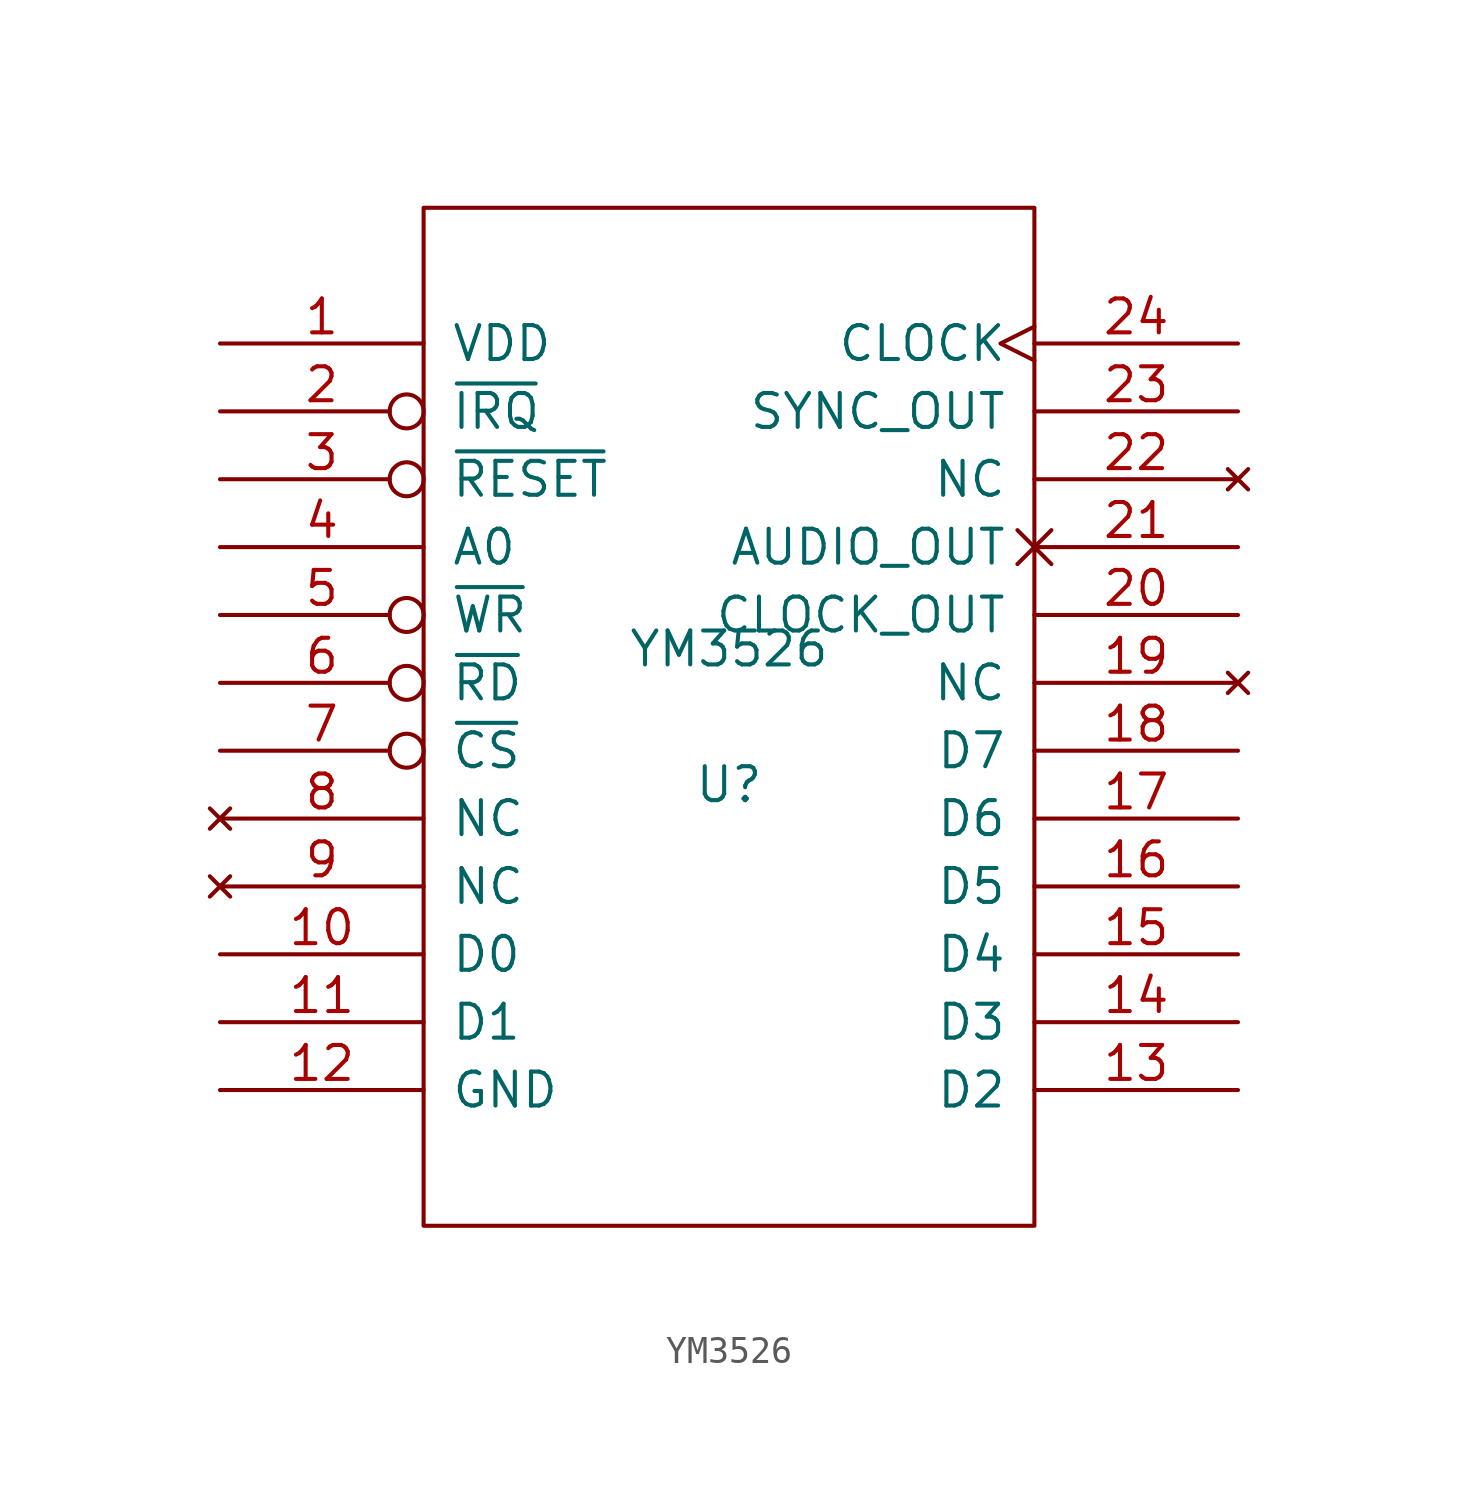
<source format=kicad_sym>
(kicad_symbol_lib
  (version 20231120)
  (generator "kicad_symbol_editor")
  (generator_version "8.0")
  (symbol "YM3526"
    (pin_names
      (offset 1.016))
    (property "Reference" "U"
      (at 0 -2.54 0)
      (effects (font (size 1.27 1.27))))
    (property "Value" "YM3526"
      (at 0 2.54 0)
      (effects (font (size 1.27 1.27))))
    (symbol "YM3526_1_0"
      (rectangle (start -11.43 -19.05) (end 11.43 19.05) (stroke (width 0) (type solid)) (fill (type none))))
    (symbol "YM3526_1_1"
      (pin power_in line (at -19.05 13.97 0) (length 7.62) (name "VDD" (effects (font (size 1.27 1.27)))) (number "1" (effects (font (size 1.27 1.27)))))
      (pin tri_state line (at -19.05 -8.89 0) (length 7.62) (name "D0" (effects (font (size 1.27 1.27)))) (number "10" (effects (font (size 1.27 1.27)))))
      (pin tri_state line (at -19.05 -11.43 0) (length 7.62) (name "D1" (effects (font (size 1.27 1.27)))) (number "11" (effects (font (size 1.27 1.27)))))
      (pin power_in line (at -19.05 -13.97 0) (length 7.62) (name "GND" (effects (font (size 1.27 1.27)))) (number "12" (effects (font (size 1.27 1.27)))))
      (pin tri_state line (at 19.05 -13.97 180) (length 7.62) (name "D2" (effects (font (size 1.27 1.27)))) (number "13" (effects (font (size 1.27 1.27)))))
      (pin tri_state line (at 19.05 -11.43 180) (length 7.62) (name "D3" (effects (font (size 1.27 1.27)))) (number "14" (effects (font (size 1.27 1.27)))))
      (pin tri_state line (at 19.05 -8.89 180) (length 7.62) (name "D4" (effects (font (size 1.27 1.27)))) (number "15" (effects (font (size 1.27 1.27)))))
      (pin tri_state line (at 19.05 -6.35 180) (length 7.62) (name "D5" (effects (font (size 1.27 1.27)))) (number "16" (effects (font (size 1.27 1.27)))))
      (pin tri_state line (at 19.05 -3.81 180) (length 7.62) (name "D6" (effects (font (size 1.27 1.27)))) (number "17" (effects (font (size 1.27 1.27)))))
      (pin tri_state line (at 19.05 -1.27 180) (length 7.62) (name "D7" (effects (font (size 1.27 1.27)))) (number "18" (effects (font (size 1.27 1.27)))))
      (pin no_connect line (at 19.05 1.27 180) (length 7.62) (name "NC" (effects (font (size 1.27 1.27)))) (number "19" (effects (font (size 1.27 1.27)))))
      (pin open_collector inverted (at -19.05 11.43 0) (length 7.62) (name "~{IRQ}" (effects (font (size 1.27 1.27)))) (number "2" (effects (font (size 1.27 1.27)))))
      (pin output line (at 19.05 3.81 180) (length 7.62) (name "CLOCK_OUT" (effects (font (size 1.27 1.27)))) (number "20" (effects (font (size 1.27 1.27)))))
      (pin output non_logic (at 19.05 6.35 180) (length 7.62) (name "AUDIO_OUT" (effects (font (size 1.27 1.27)))) (number "21" (effects (font (size 1.27 1.27)))))
      (pin no_connect line (at 19.05 8.89 180) (length 7.62) (name "NC" (effects (font (size 1.27 1.27)))) (number "22" (effects (font (size 1.27 1.27)))))
      (pin output line (at 19.05 11.43 180) (length 7.62) (name "SYNC_OUT" (effects (font (size 1.27 1.27)))) (number "23" (effects (font (size 1.27 1.27)))))
      (pin input clock (at 19.05 13.97 180) (length 7.62) (name "CLOCK" (effects (font (size 1.27 1.27)))) (number "24" (effects (font (size 1.27 1.27)))))
      (pin input inverted (at -19.05 8.89 0) (length 7.62) (name "~{RESET}" (effects (font (size 1.27 1.27)))) (number "3" (effects (font (size 1.27 1.27)))))
      (pin input line (at -19.05 6.35 0) (length 7.62) (name "A0" (effects (font (size 1.27 1.27)))) (number "4" (effects (font (size 1.27 1.27)))))
      (pin input inverted (at -19.05 3.81 0) (length 7.62) (name "~{WR}" (effects (font (size 1.27 1.27)))) (number "5" (effects (font (size 1.27 1.27)))))
      (pin input inverted (at -19.05 1.27 0) (length 7.62) (name "~{RD}" (effects (font (size 1.27 1.27)))) (number "6" (effects (font (size 1.27 1.27)))))
      (pin input inverted (at -19.05 -1.27 0) (length 7.62) (name "~{CS}" (effects (font (size 1.27 1.27)))) (number "7" (effects (font (size 1.27 1.27)))))
      (pin no_connect line (at -19.05 -3.81 0) (length 7.62) (name "NC" (effects (font (size 1.27 1.27)))) (number "8" (effects (font (size 1.27 1.27)))))
      (pin no_connect line (at -19.05 -6.35 0) (length 7.62) (name "NC" (effects (font (size 1.27 1.27)))) (number "9" (effects (font (size 1.27 1.27))))))))
</source>
